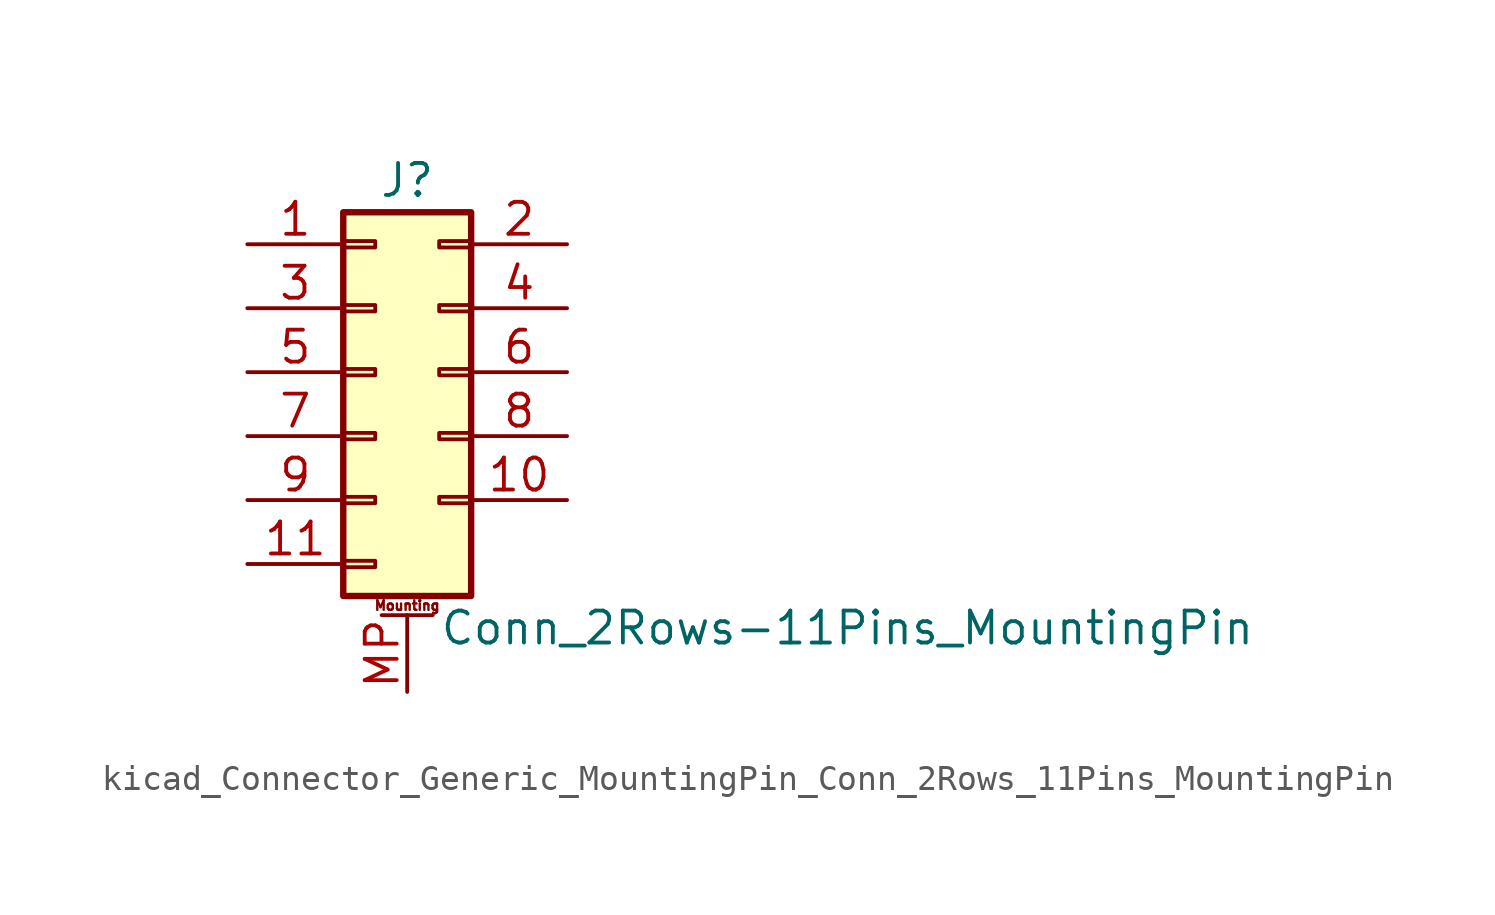
<source format=kicad_sym>
(kicad_symbol_lib
  (version 20220914)
  (generator kicad_symbol_editor)
  (symbol "kicad_Connector_Generic_MountingPin_Conn_2Rows_11Pins_MountingPin"
    (pin_names
      (offset 1.016) hide)
    (property "Reference" "J"
      (at 1.27 7.62 0)
      (effects (font (size 1.27 1.27))))
    (property "Value" "Conn_2Rows-11Pins_MountingPin"
      (at 2.54 -10.16 0)
      (effects (font (size 1.27 1.27)) (justify left)))
    (symbol "kicad_Connector_Generic_MountingPin_Conn_2Rows_11Pins_MountingPin_1_1"
      (rectangle (start -1.27 -7.493) (end 0 -7.747) (stroke (width 0.152) (type default)) (fill (type none)))
      (rectangle (start -1.27 -4.953) (end 0 -5.207) (stroke (width 0.152) (type default)) (fill (type none)))
      (rectangle (start -1.27 -2.413) (end 0 -2.667) (stroke (width 0.152) (type default)) (fill (type none)))
      (rectangle (start -1.27 0.127) (end 0 -0.127) (stroke (width 0.152) (type default)) (fill (type none)))
      (rectangle (start -1.27 2.667) (end 0 2.413) (stroke (width 0.152) (type default)) (fill (type none)))
      (rectangle (start -1.27 5.207) (end 0 4.953) (stroke (width 0.152) (type default)) (fill (type none)))
      (rectangle (start -1.27 6.35) (end 3.81 -8.89) (stroke (width 0.254) (type default)) (fill (type background)))
      (polyline (pts (xy 0.254 -9.652) (xy 2.286 -9.652)) (stroke (width 0.152) (type default)) (fill (type none)))
      (rectangle (start 3.81 -4.953) (end 2.54 -5.207) (stroke (width 0.152) (type default)) (fill (type none)))
      (rectangle (start 3.81 -2.413) (end 2.54 -2.667) (stroke (width 0.152) (type default)) (fill (type none)))
      (rectangle (start 3.81 0.127) (end 2.54 -0.127) (stroke (width 0.152) (type default)) (fill (type none)))
      (rectangle (start 3.81 2.667) (end 2.54 2.413) (stroke (width 0.152) (type default)) (fill (type none)))
      (rectangle (start 3.81 5.207) (end 2.54 4.953) (stroke (width 0.152) (type default)) (fill (type none)))
      (text "Mounting" (at 1.27 -9.271 0) (effects (font (size 0.381 0.381))))
      (pin passive line (at -5.08 5.08 0) (length 3.81) (name "Pin_1" (effects (font (size 1.27 1.27)))) (number "1" (effects (font (size 1.27 1.27)))))
      (pin passive line (at 7.62 -5.08 180) (length 3.81) (name "Pin_10" (effects (font (size 1.27 1.27)))) (number "10" (effects (font (size 1.27 1.27)))))
      (pin passive line (at -5.08 -7.62 0) (length 3.81) (name "Pin_11" (effects (font (size 1.27 1.27)))) (number "11" (effects (font (size 1.27 1.27)))))
      (pin passive line (at 7.62 5.08 180) (length 3.81) (name "Pin_2" (effects (font (size 1.27 1.27)))) (number "2" (effects (font (size 1.27 1.27)))))
      (pin passive line (at -5.08 2.54 0) (length 3.81) (name "Pin_3" (effects (font (size 1.27 1.27)))) (number "3" (effects (font (size 1.27 1.27)))))
      (pin passive line (at 7.62 2.54 180) (length 3.81) (name "Pin_4" (effects (font (size 1.27 1.27)))) (number "4" (effects (font (size 1.27 1.27)))))
      (pin passive line (at -5.08 0 0) (length 3.81) (name "Pin_5" (effects (font (size 1.27 1.27)))) (number "5" (effects (font (size 1.27 1.27)))))
      (pin passive line (at 7.62 0 180) (length 3.81) (name "Pin_6" (effects (font (size 1.27 1.27)))) (number "6" (effects (font (size 1.27 1.27)))))
      (pin passive line (at -5.08 -2.54 0) (length 3.81) (name "Pin_7" (effects (font (size 1.27 1.27)))) (number "7" (effects (font (size 1.27 1.27)))))
      (pin passive line (at 7.62 -2.54 180) (length 3.81) (name "Pin_8" (effects (font (size 1.27 1.27)))) (number "8" (effects (font (size 1.27 1.27)))))
      (pin passive line (at -5.08 -5.08 0) (length 3.81) (name "Pin_9" (effects (font (size 1.27 1.27)))) (number "9" (effects (font (size 1.27 1.27)))))
      (pin passive line (at 1.27 -12.7 90) (length 3.048) (name "MountPin" (effects (font (size 1.27 1.27)))) (number "MP" (effects (font (size 1.27 1.27))))))))
</source>
